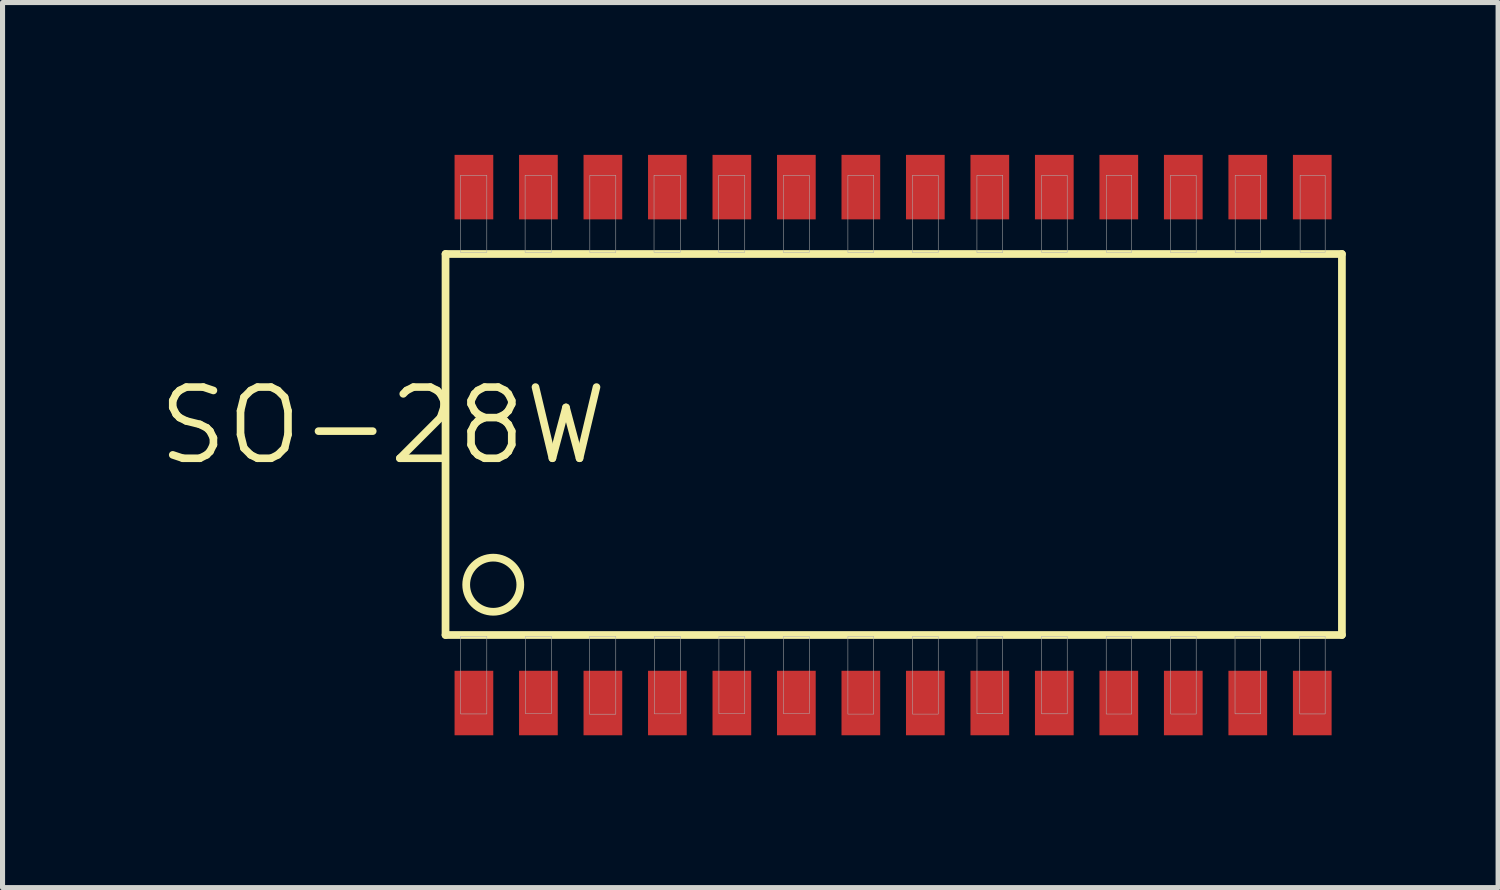
<source format=kicad_pcb>
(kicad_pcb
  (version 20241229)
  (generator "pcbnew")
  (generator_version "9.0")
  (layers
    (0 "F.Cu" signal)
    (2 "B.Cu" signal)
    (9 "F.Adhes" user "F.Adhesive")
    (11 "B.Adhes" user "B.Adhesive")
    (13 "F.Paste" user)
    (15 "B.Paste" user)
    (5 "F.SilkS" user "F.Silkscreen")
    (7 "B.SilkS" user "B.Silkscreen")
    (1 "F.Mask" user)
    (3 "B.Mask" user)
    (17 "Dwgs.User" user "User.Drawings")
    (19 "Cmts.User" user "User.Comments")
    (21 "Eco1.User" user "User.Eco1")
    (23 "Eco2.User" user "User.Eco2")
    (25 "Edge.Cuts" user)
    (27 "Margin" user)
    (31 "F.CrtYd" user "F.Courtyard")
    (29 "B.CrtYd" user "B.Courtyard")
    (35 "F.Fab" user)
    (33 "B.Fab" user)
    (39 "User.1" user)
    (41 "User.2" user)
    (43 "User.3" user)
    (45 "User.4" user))
  (footprint "SO-28W"
    (layer "F.Cu")
    (at 14.428 5.555)
    (property "Reference" "SO-28W" (at -9.937 -0.221 180) (layer "F.SilkS") (effects (font (size 1.402 1.402) (thickness 0.15))))
    (attr through_hole)
    (fp_line (start -8.704 -3.603) (end -8.704 3.9) (stroke (width 0.152) (type solid)) (layer "F.SilkS"))
    (fp_line (start -8.704 3.9) (end 8.949 3.9) (stroke (width 0.152) (type solid)) (layer "F.SilkS"))
    (fp_line (start 8.949 -3.603) (end -8.704 -3.603) (stroke (width 0.152) (type solid)) (layer "F.SilkS"))
    (fp_line (start 8.949 3.9) (end 8.949 -3.603) (stroke (width 0.152) (type solid)) (layer "F.SilkS"))
    (fp_circle (center -7.764 2.91) (end -7.231 2.91) (stroke (width 0.152) (type solid)) (fill no) (layer "F.SilkS"))
    (fp_poly (pts (xy -8.41 -5.153) (xy -7.891 -5.153) (xy -7.891 -3.634) (xy -8.41 -3.634)) (stroke (width 0.01) (type solid)) (fill no) (layer "F.Fab"))
    (fp_poly (pts (xy -8.407 3.926) (xy -7.891 3.926) (xy -7.891 5.455) (xy -8.407 5.455)) (stroke (width 0.01) (type solid)) (fill no) (layer "F.Fab"))
    (fp_poly (pts (xy -7.137 -5.153) (xy -6.621 -5.153) (xy -6.621 -3.633) (xy -7.137 -3.633)) (stroke (width 0.01) (type solid)) (fill no) (layer "F.Fab"))
    (fp_poly (pts (xy -7.13 3.926) (xy -6.621 3.926) (xy -6.621 5.45) (xy -7.13 5.45)) (stroke (width 0.01) (type solid)) (fill no) (layer "F.Fab"))
    (fp_poly (pts (xy -5.87 3.926) (xy -5.351 3.926) (xy -5.351 5.46) (xy -5.87 5.46)) (stroke (width 0.01) (type solid)) (fill no) (layer "F.Fab"))
    (fp_poly (pts (xy -5.862 -5.153) (xy -5.351 -5.153) (xy -5.351 -3.63) (xy -5.862 -3.63)) (stroke (width 0.01) (type solid)) (fill no) (layer "F.Fab"))
    (fp_poly (pts (xy -4.598 -5.153) (xy -4.081 -5.153) (xy -4.081 -3.636) (xy -4.598 -3.636)) (stroke (width 0.01) (type solid)) (fill no) (layer "F.Fab"))
    (fp_poly (pts (xy -4.592 3.926) (xy -4.081 3.926) (xy -4.081 5.453) (xy -4.592 5.453)) (stroke (width 0.01) (type solid)) (fill no) (layer "F.Fab"))
    (fp_poly (pts (xy -3.324 -5.153) (xy -2.811 -5.153) (xy -2.811 -3.634) (xy -3.324 -3.634)) (stroke (width 0.01) (type solid)) (fill no) (layer "F.Fab"))
    (fp_poly (pts (xy -3.32 3.926) (xy -2.811 3.926) (xy -2.811 5.45) (xy -3.32 5.45)) (stroke (width 0.01) (type solid)) (fill no) (layer "F.Fab"))
    (fp_poly (pts (xy -2.051 -5.153) (xy -1.541 -5.153) (xy -1.541 -3.632) (xy -2.051 -3.632)) (stroke (width 0.01) (type solid)) (fill no) (layer "F.Fab"))
    (fp_poly (pts (xy -2.049 3.926) (xy -1.541 3.926) (xy -1.541 5.45) (xy -2.049 5.45)) (stroke (width 0.01) (type solid)) (fill no) (layer "F.Fab"))
    (fp_poly (pts (xy -0.78 3.926) (xy -0.271 3.926) (xy -0.271 5.458) (xy -0.78 5.458)) (stroke (width 0.01) (type solid)) (fill no) (layer "F.Fab"))
    (fp_poly (pts (xy -0.78 -5.153) (xy -0.271 -5.153) (xy -0.271 -3.632) (xy -0.78 -3.632)) (stroke (width 0.01) (type solid)) (fill no) (layer "F.Fab"))
    (fp_poly (pts (xy 0.491 -5.153) (xy 0.999 -5.153) (xy 0.999 -3.631) (xy 0.491 -3.631)) (stroke (width 0.01) (type solid)) (fill no) (layer "F.Fab"))
    (fp_poly (pts (xy 0.492 3.926) (xy 0.999 3.926) (xy 0.999 5.458) (xy 0.492 5.458)) (stroke (width 0.01) (type solid)) (fill no) (layer "F.Fab"))
    (fp_poly (pts (xy 1.761 -5.153) (xy 2.269 -5.153) (xy 2.269 -3.629) (xy 1.761 -3.629)) (stroke (width 0.01) (type solid)) (fill no) (layer "F.Fab"))
    (fp_poly (pts (xy 1.762 3.926) (xy 2.269 3.926) (xy 2.269 5.451) (xy 1.762 5.451)) (stroke (width 0.01) (type solid)) (fill no) (layer "F.Fab"))
    (fp_poly (pts (xy 3.033 3.926) (xy 3.539 3.926) (xy 3.539 5.452) (xy 3.033 5.452)) (stroke (width 0.01) (type solid)) (fill no) (layer "F.Fab"))
    (fp_poly (pts (xy 3.035 -5.153) (xy 3.539 -5.153) (xy 3.539 -3.633) (xy 3.035 -3.633)) (stroke (width 0.01) (type solid)) (fill no) (layer "F.Fab"))
    (fp_poly (pts (xy 4.307 3.926) (xy 4.809 3.926) (xy 4.809 5.457) (xy 4.307 5.457)) (stroke (width 0.01) (type solid)) (fill no) (layer "F.Fab"))
    (fp_poly (pts (xy 4.308 -5.153) (xy 4.809 -5.153) (xy 4.809 -3.635) (xy 4.308 -3.635)) (stroke (width 0.01) (type solid)) (fill no) (layer "F.Fab"))
    (fp_poly (pts (xy 5.573 -5.153) (xy 6.079 -5.153) (xy 6.079 -3.63) (xy 5.573 -3.63)) (stroke (width 0.01) (type solid)) (fill no) (layer "F.Fab"))
    (fp_poly (pts (xy 5.578 3.926) (xy 6.079 3.926) (xy 6.079 5.457) (xy 5.578 5.457)) (stroke (width 0.01) (type solid)) (fill no) (layer "F.Fab"))
    (fp_poly (pts (xy 6.844 3.926) (xy 7.349 3.926) (xy 7.349 5.452) (xy 6.844 5.452)) (stroke (width 0.01) (type solid)) (fill no) (layer "F.Fab"))
    (fp_poly (pts (xy 6.847 -5.153) (xy 7.349 -5.153) (xy 7.349 -3.632) (xy 6.847 -3.632)) (stroke (width 0.01) (type solid)) (fill no) (layer "F.Fab"))
    (fp_poly (pts (xy 8.119 3.926) (xy 8.619 3.926) (xy 8.619 5.455) (xy 8.119 5.455)) (stroke (width 0.01) (type solid)) (fill no) (layer "F.Fab"))
    (fp_poly (pts (xy 8.126 -5.153) (xy 8.619 -5.153) (xy 8.619 -3.635) (xy 8.126 -3.635)) (stroke (width 0.01) (type solid)) (fill no) (layer "F.Fab"))
    (pad "1" smd rect (at -8.145 5.24) (size 0.762 1.27) (layers "F.Cu" "F.Mask" "F.Paste"))
    (pad "2" smd rect (at -6.875 5.24) (size 0.762 1.27) (layers "F.Cu" "F.Mask" "F.Paste"))
    (pad "3" smd rect (at -5.605 5.24) (size 0.762 1.27) (layers "F.Cu" "F.Mask" "F.Paste"))
    (pad "4" smd rect (at -4.335 5.24) (size 0.762 1.27) (layers "F.Cu" "F.Mask" "F.Paste"))
    (pad "5" smd rect (at -3.065 5.24) (size 0.762 1.27) (layers "F.Cu" "F.Mask" "F.Paste"))
    (pad "6" smd rect (at -1.795 5.24) (size 0.762 1.27) (layers "F.Cu" "F.Mask" "F.Paste"))
    (pad "7" smd rect (at -0.525 5.24) (size 0.762 1.27) (layers "F.Cu" "F.Mask" "F.Paste"))
    (pad "8" smd rect (at 0.745 5.24) (size 0.762 1.27) (layers "F.Cu" "F.Mask" "F.Paste"))
    (pad "9" smd rect (at 2.015 5.24) (size 0.762 1.27) (layers "F.Cu" "F.Mask" "F.Paste"))
    (pad "10" smd rect (at 3.285 5.24) (size 0.762 1.27) (layers "F.Cu" "F.Mask" "F.Paste"))
    (pad "11" smd rect (at 4.555 5.24) (size 0.762 1.27) (layers "F.Cu" "F.Mask" "F.Paste"))
    (pad "12" smd rect (at 5.825 5.24) (size 0.762 1.27) (layers "F.Cu" "F.Mask" "F.Paste"))
    (pad "13" smd rect (at 7.095 5.24) (size 0.762 1.27) (layers "F.Cu" "F.Mask" "F.Paste"))
    (pad "14" smd rect (at 8.365 5.24) (size 0.762 1.27) (layers "F.Cu" "F.Mask" "F.Paste"))
    (pad "15" smd rect (at 8.365 -4.92) (size 0.762 1.27) (layers "F.Cu" "F.Mask" "F.Paste"))
    (pad "16" smd rect (at 7.095 -4.92) (size 0.762 1.27) (layers "F.Cu" "F.Mask" "F.Paste"))
    (pad "17" smd rect (at 5.825 -4.92) (size 0.762 1.27) (layers "F.Cu" "F.Mask" "F.Paste"))
    (pad "18" smd rect (at 4.555 -4.92) (size 0.762 1.27) (layers "F.Cu" "F.Mask" "F.Paste"))
    (pad "19" smd rect (at 3.285 -4.92) (size 0.762 1.27) (layers "F.Cu" "F.Mask" "F.Paste"))
    (pad "20" smd rect (at 2.015 -4.92) (size 0.762 1.27) (layers "F.Cu" "F.Mask" "F.Paste"))
    (pad "21" smd rect (at 0.745 -4.92) (size 0.762 1.27) (layers "F.Cu" "F.Mask" "F.Paste"))
    (pad "22" smd rect (at -0.525 -4.92) (size 0.762 1.27) (layers "F.Cu" "F.Mask" "F.Paste"))
    (pad "23" smd rect (at -1.795 -4.92) (size 0.762 1.27) (layers "F.Cu" "F.Mask" "F.Paste"))
    (pad "24" smd rect (at -3.065 -4.92) (size 0.762 1.27) (layers "F.Cu" "F.Mask" "F.Paste"))
    (pad "25" smd rect (at -4.335 -4.92) (size 0.762 1.27) (layers "F.Cu" "F.Mask" "F.Paste"))
    (pad "26" smd rect (at -5.605 -4.92) (size 0.762 1.27) (layers "F.Cu" "F.Mask" "F.Paste"))
    (pad "27" smd rect (at -6.875 -4.92) (size 0.762 1.27) (layers "F.Cu" "F.Mask" "F.Paste"))
    (pad "28" smd rect (at -8.145 -4.92) (size 0.762 1.27) (layers "F.Cu" "F.Mask" "F.Paste")))
  (gr_rect
    (start -3 -3)
    (end 26.453 14.43)
    (stroke (width 0.1) (type default))
    (fill no)
    (layer "Edge.Cuts")))
</source>
